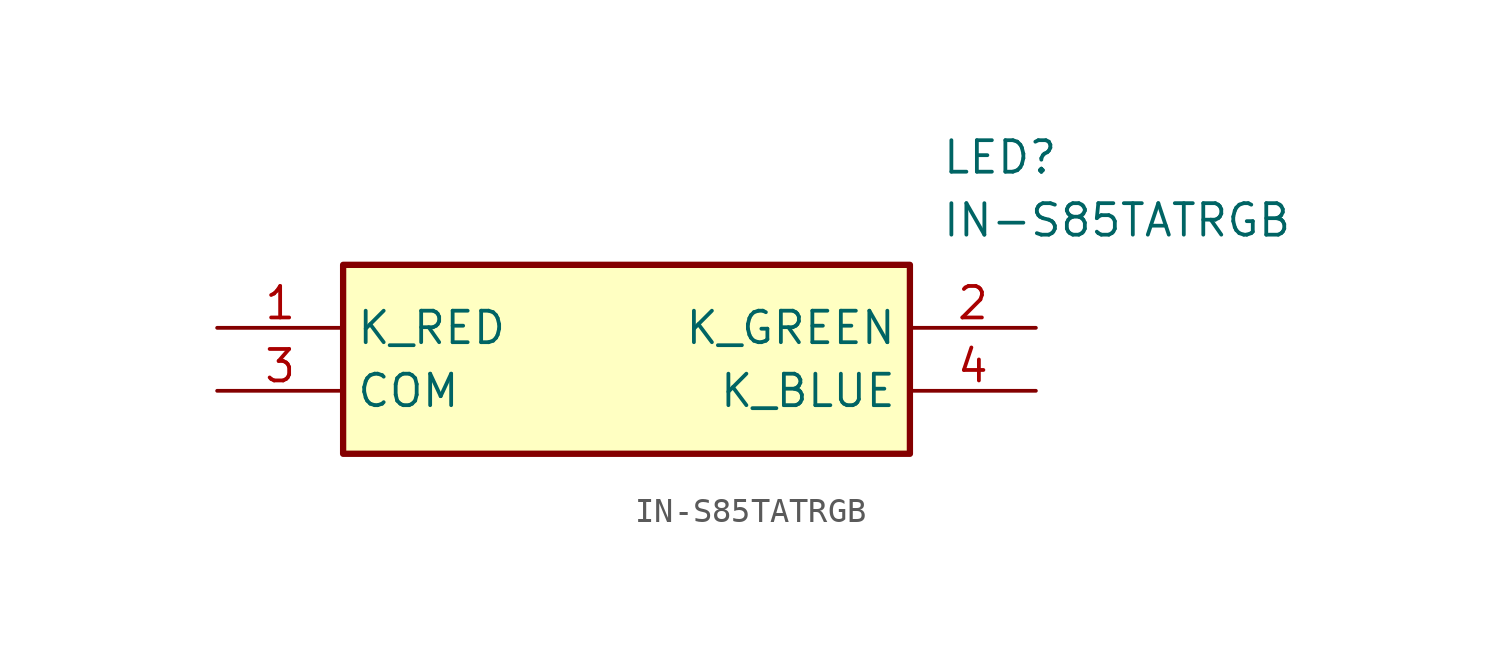
<source format=kicad_sym>
(kicad_symbol_lib
  (version 20211014)
  (generator SamacSys_ECAD_Model)
  (symbol "IN-S85TATRGB"
    (property "Reference" "LED"
      (at 29.21 7.62 0)
      (effects (font (size 1.27 1.27)) (justify left top)))
    (property "Value" "IN-S85TATRGB"
      (at 29.21 5.08 0)
      (effects (font (size 1.27 1.27)) (justify left top)))
    (rectangle
      (start 5.08 2.54)
      (end 27.94 -5.08)
      (stroke (width 0.254) (type default))
      (fill (type background)))
    (pin passive line
      (at 0 0 0)
      (length 5.08)
      (name "K_RED" (effects (font (size 1.27 1.27))))
      (number "1" (effects (font (size 1.27 1.27)))))
    (pin passive line
      (at 33.02 0 180)
      (length 5.08)
      (name "K_GREEN" (effects (font (size 1.27 1.27))))
      (number "2" (effects (font (size 1.27 1.27)))))
    (pin passive line
      (at 0 -2.54 0)
      (length 5.08)
      (name "COM" (effects (font (size 1.27 1.27))))
      (number "3" (effects (font (size 1.27 1.27)))))
    (pin passive line
      (at 33.02 -2.54 180)
      (length 5.08)
      (name "K_BLUE" (effects (font (size 1.27 1.27))))
      (number "4" (effects (font (size 1.27 1.27)))))))
</source>
